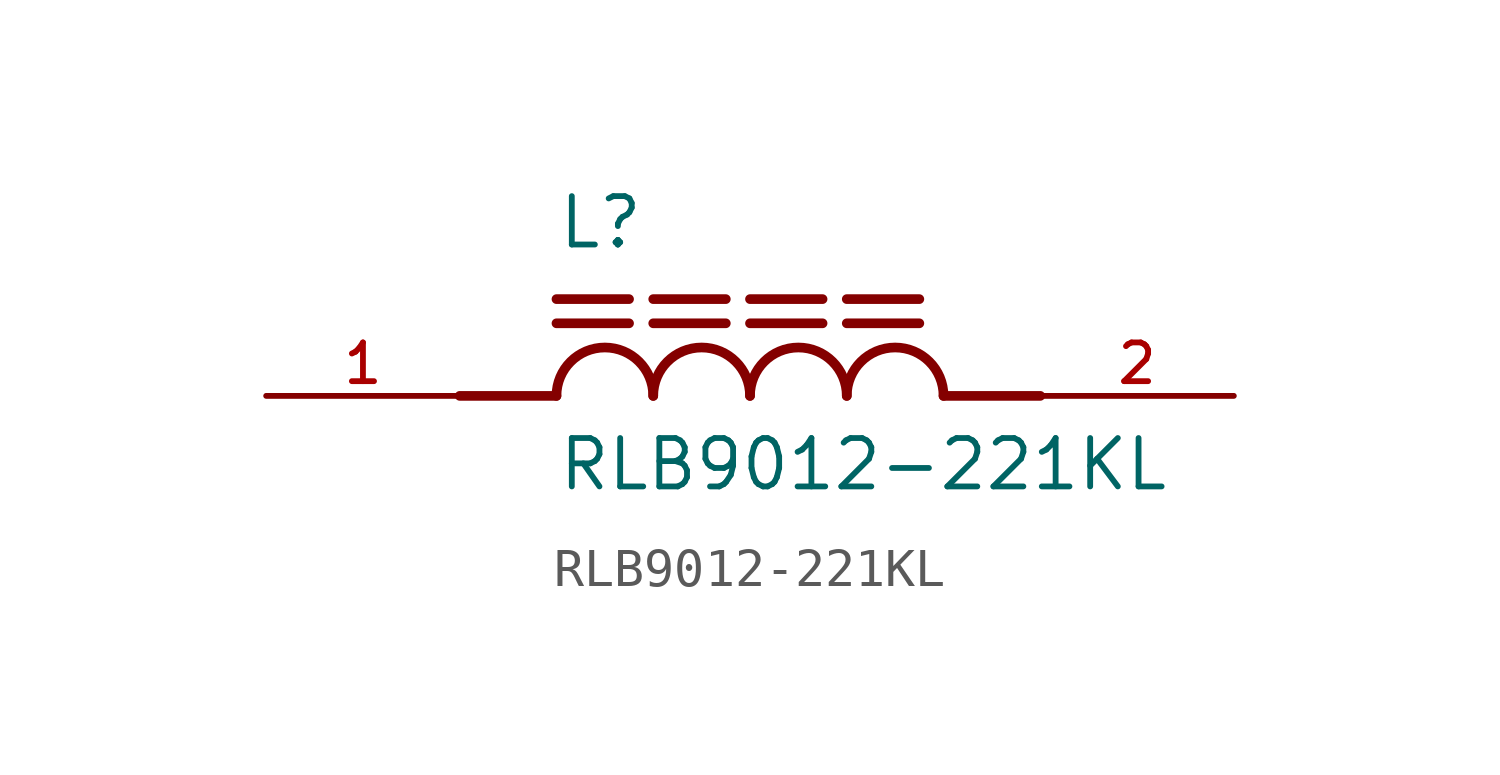
<source format=kicad_sym>
(kicad_symbol_lib
  (version 20211014)
  (generator kicad_symbol_editor)
  (symbol "RLB9012-221KL"
    (pin_names
      (offset 1.016))
    (property "Reference" "L"
      (at -5.08 3.81 0)
      (effects (font (size 1.27 1.27)) (justify bottom left)))
    (property "Value" "RLB9012-221KL"
      (at -5.08 -2.54 0)
      (effects (font (size 1.27 1.27)) (justify bottom left)))
    (symbol "RLB9012-221KL_0_0"
      (polyline (pts (xy -5.08 0.0) (xy -7.62 0.0)) (stroke (width 0.254)))
      (polyline (pts (xy 5.08 0.0) (xy 7.62 0.0)) (stroke (width 0.254)))
      (arc (start -2.54 0.0) (mid -3.81 1.27) (end -5.08 0.0) (stroke (width 0.254) (type default) (color 0 0 0 0)) (fill (type none)))
      (arc (start 0.0 0.0) (mid -1.27 1.27) (end -2.54 0.0) (stroke (width 0.254) (type default) (color 0 0 0 0)) (fill (type none)))
      (arc (start 2.54 0.0) (mid 1.27 1.27) (end 0.0 0.0) (stroke (width 0.254) (type default) (color 0 0 0 0)) (fill (type none)))
      (arc (start 5.08 0.0) (mid 3.81 1.27) (end 2.54 0.0) (stroke (width 0.254) (type default) (color 0 0 0 0)) (fill (type none)))
      (polyline (pts (xy -5.08 1.905) (xy -3.175 1.905)) (stroke (width 0.254)))
      (polyline (pts (xy -2.54 1.905) (xy -0.635 1.905)) (stroke (width 0.254)))
      (polyline (pts (xy 0.0 1.905) (xy 1.905 1.905)) (stroke (width 0.254)))
      (polyline (pts (xy 2.54 1.905) (xy 4.445 1.905)) (stroke (width 0.254)))
      (polyline (pts (xy -5.08 2.54) (xy -3.175 2.54)) (stroke (width 0.254)))
      (polyline (pts (xy -2.54 2.54) (xy -0.635 2.54)) (stroke (width 0.254)))
      (polyline (pts (xy 0.0 2.54) (xy 1.905 2.54)) (stroke (width 0.254)))
      (polyline (pts (xy 2.54 2.54) (xy 4.445 2.54)) (stroke (width 0.254)))
      (pin passive line (at -12.7 0.0 0) (length 5.08) (name "~" (effects (font (size 1.016 1.016)))) (number "1" (effects (font (size 1.016 1.016)))))
      (pin passive line (at 12.7 0.0 180.0) (length 5.08) (name "~" (effects (font (size 1.016 1.016)))) (number "2" (effects (font (size 1.016 1.016))))))))
</source>
